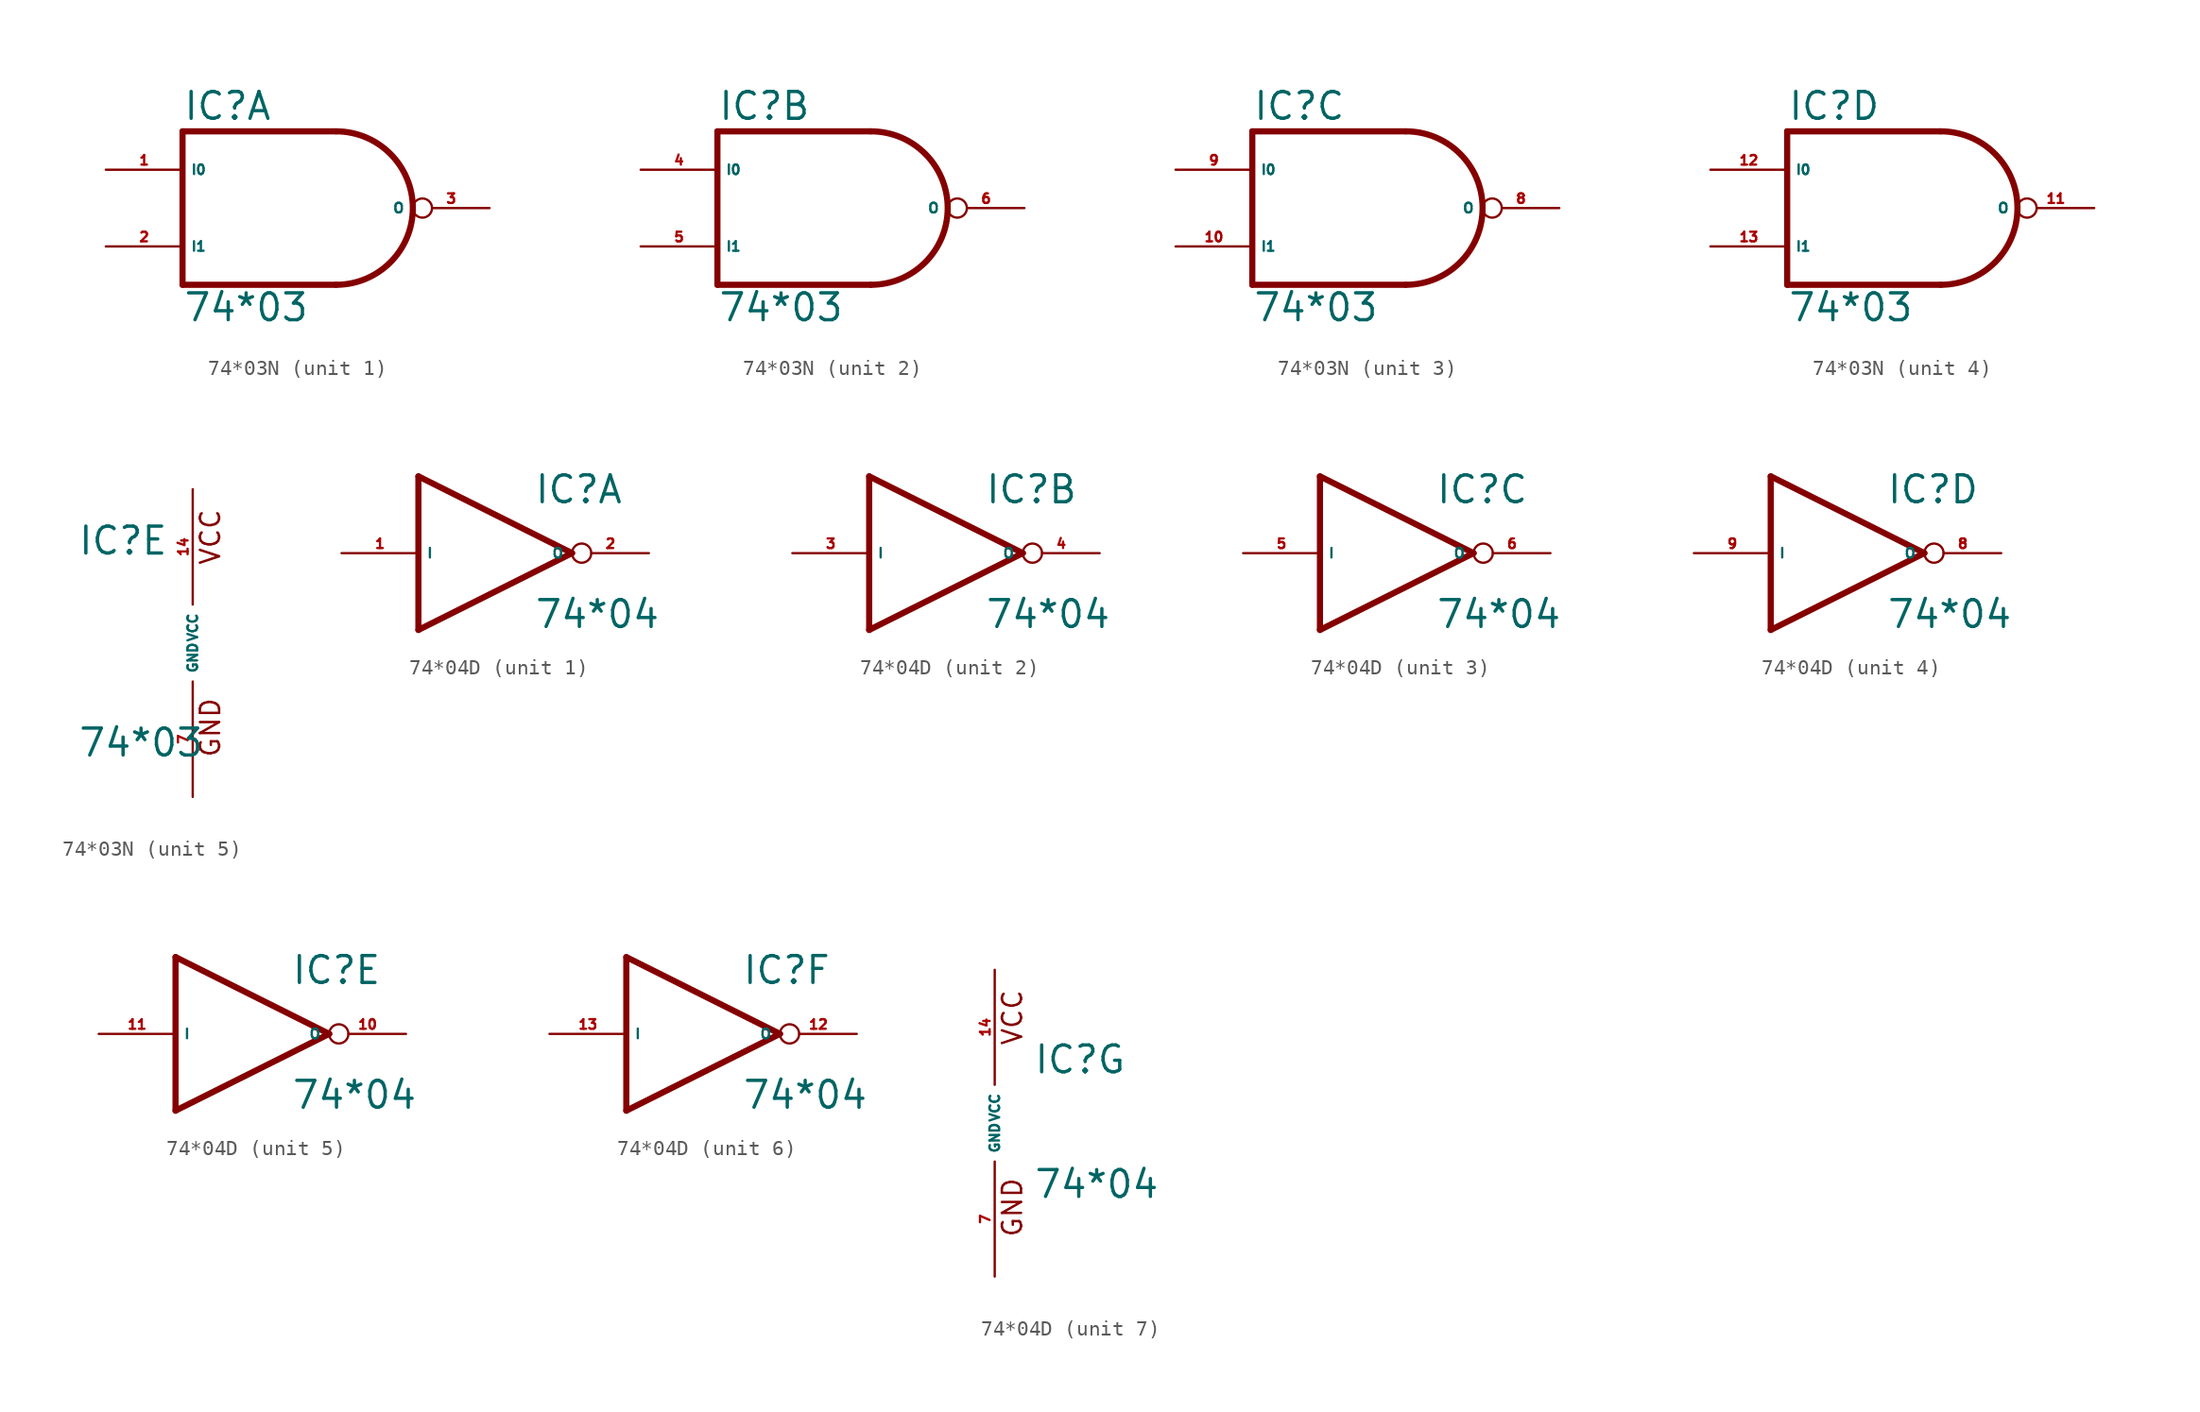
<source format=kicad_sym>
(kicad_symbol_lib
  (version 20220914)
  (generator Eagle2Kicad)
  (symbol "74*03N"
    (property "Reference" "IC"
      (at -7.62 5.715 0)
      (effects (font (size 1.778 1.778) (thickness 0.22)) (justify left bottom)))
    (property "Value" "74*03"
      (at -7.62 -7.62 0)
      (effects (font (size 1.778 1.778) (thickness 0.22)) (justify left bottom)))
    (symbol "74*03N_1_0"
      (polyline (pts (xy 2.54 5.08) (xy -7.62 5.08)) (stroke (width 0.406) (type default)) (fill (type none)))
      (polyline (pts (xy -7.62 5.08) (xy -7.62 -5.08)) (stroke (width 0.406) (type default)) (fill (type none)))
      (polyline (pts (xy -7.62 -5.08) (xy 2.54 -5.08)) (stroke (width 0.406) (type default)) (fill (type none)))
      (arc (start 2.54 -5.08) (mid 7.620 0.000) (end 2.54 5.08) (stroke (width 0.4064) (type default)) (fill (type none)))
      (pin input line (at -12.7 2.54 0) (length 5.08) (name "I0" (effects (font (size 0.635 0.635) (thickness 0.08)) (justify left bottom))) (number "1" (effects (font (size 0.635 0.635) (thickness 0.08)) (justify left bottom))))
      (pin input line (at -12.7 -2.54 0) (length 5.08) (name "I1" (effects (font (size 0.635 0.635) (thickness 0.08)) (justify left bottom))) (number "2" (effects (font (size 0.635 0.635) (thickness 0.08)) (justify left bottom))))
      (pin open_collector inverted (at 12.7 0 180) (length 5.08) (name "O" (effects (font (size 0.635 0.635) (thickness 0.08)) (justify left bottom))) (number "3" (effects (font (size 0.635 0.635) (thickness 0.08)) (justify left bottom)))))
    (symbol "74*03N_2_0"
      (polyline (pts (xy 2.54 5.08) (xy -7.62 5.08)) (stroke (width 0.406) (type default)) (fill (type none)))
      (polyline (pts (xy -7.62 5.08) (xy -7.62 -5.08)) (stroke (width 0.406) (type default)) (fill (type none)))
      (polyline (pts (xy -7.62 -5.08) (xy 2.54 -5.08)) (stroke (width 0.406) (type default)) (fill (type none)))
      (arc (start 2.54 -5.08) (mid 7.620 0.000) (end 2.54 5.08) (stroke (width 0.4064) (type default)) (fill (type none)))
      (pin input line (at -12.7 2.54 0) (length 5.08) (name "I0" (effects (font (size 0.635 0.635) (thickness 0.08)) (justify left bottom))) (number "4" (effects (font (size 0.635 0.635) (thickness 0.08)) (justify left bottom))))
      (pin input line (at -12.7 -2.54 0) (length 5.08) (name "I1" (effects (font (size 0.635 0.635) (thickness 0.08)) (justify left bottom))) (number "5" (effects (font (size 0.635 0.635) (thickness 0.08)) (justify left bottom))))
      (pin open_collector inverted (at 12.7 0 180) (length 5.08) (name "O" (effects (font (size 0.635 0.635) (thickness 0.08)) (justify left bottom))) (number "6" (effects (font (size 0.635 0.635) (thickness 0.08)) (justify left bottom)))))
    (symbol "74*03N_3_0"
      (polyline (pts (xy 2.54 5.08) (xy -7.62 5.08)) (stroke (width 0.406) (type default)) (fill (type none)))
      (polyline (pts (xy -7.62 5.08) (xy -7.62 -5.08)) (stroke (width 0.406) (type default)) (fill (type none)))
      (polyline (pts (xy -7.62 -5.08) (xy 2.54 -5.08)) (stroke (width 0.406) (type default)) (fill (type none)))
      (arc (start 2.54 -5.08) (mid 7.620 0.000) (end 2.54 5.08) (stroke (width 0.4064) (type default)) (fill (type none)))
      (pin input line (at -12.7 2.54 0) (length 5.08) (name "I0" (effects (font (size 0.635 0.635) (thickness 0.08)) (justify left bottom))) (number "9" (effects (font (size 0.635 0.635) (thickness 0.08)) (justify left bottom))))
      (pin input line (at -12.7 -2.54 0) (length 5.08) (name "I1" (effects (font (size 0.635 0.635) (thickness 0.08)) (justify left bottom))) (number "10" (effects (font (size 0.635 0.635) (thickness 0.08)) (justify left bottom))))
      (pin open_collector inverted (at 12.7 0 180) (length 5.08) (name "O" (effects (font (size 0.635 0.635) (thickness 0.08)) (justify left bottom))) (number "8" (effects (font (size 0.635 0.635) (thickness 0.08)) (justify left bottom)))))
    (symbol "74*03N_4_0"
      (polyline (pts (xy 2.54 5.08) (xy -7.62 5.08)) (stroke (width 0.406) (type default)) (fill (type none)))
      (polyline (pts (xy -7.62 5.08) (xy -7.62 -5.08)) (stroke (width 0.406) (type default)) (fill (type none)))
      (polyline (pts (xy -7.62 -5.08) (xy 2.54 -5.08)) (stroke (width 0.406) (type default)) (fill (type none)))
      (arc (start 2.54 -5.08) (mid 7.620 0.000) (end 2.54 5.08) (stroke (width 0.4064) (type default)) (fill (type none)))
      (pin input line (at -12.7 2.54 0) (length 5.08) (name "I0" (effects (font (size 0.635 0.635) (thickness 0.08)) (justify left bottom))) (number "12" (effects (font (size 0.635 0.635) (thickness 0.08)) (justify left bottom))))
      (pin input line (at -12.7 -2.54 0) (length 5.08) (name "I1" (effects (font (size 0.635 0.635) (thickness 0.08)) (justify left bottom))) (number "13" (effects (font (size 0.635 0.635) (thickness 0.08)) (justify left bottom))))
      (pin open_collector inverted (at 12.7 0 180) (length 5.08) (name "O" (effects (font (size 0.635 0.635) (thickness 0.08)) (justify left bottom))) (number "11" (effects (font (size 0.635 0.635) (thickness 0.08)) (justify left bottom)))))
    (symbol "74*03N_5_0"
      (text "GND" (at 1.905 -7.62 900) (effects (font (size 1.27 1.27) (thickness 0.16)) (justify left bottom)))
      (text "VCC" (at 1.905 5.08 900) (effects (font (size 1.27 1.27) (thickness 0.16)) (justify left bottom)))
      (pin unspecified line (at 0 -10.16 90) (length 7.62) (name "GND" (effects (font (size 0.635 0.635) (thickness 0.08)) (justify left bottom))) (number "7" (effects (font (size 0.635 0.635) (thickness 0.08)) (justify left bottom))))
      (pin unspecified line (at 0 10.16 270) (length 7.62) (name "VCC" (effects (font (size 0.635 0.635) (thickness 0.08)) (justify left bottom))) (number "14" (effects (font (size 0.635 0.635) (thickness 0.08)) (justify left bottom))))))
  (symbol "74*04D"
    (property "Reference" "IC"
      (at 2.54 3.175 0)
      (effects (font (size 1.778 1.778) (thickness 0.22)) (justify left bottom)))
    (property "Value" "74*04"
      (at 2.54 -5.08 0)
      (effects (font (size 1.778 1.778) (thickness 0.22)) (justify left bottom)))
    (symbol "74*04D_1_0"
      (polyline (pts (xy -5.08 5.08) (xy 5.08 0)) (stroke (width 0.406) (type default)) (fill (type none)))
      (polyline (pts (xy 5.08 0) (xy -5.08 -5.08)) (stroke (width 0.406) (type default)) (fill (type none)))
      (polyline (pts (xy -5.08 -5.08) (xy -5.08 5.08)) (stroke (width 0.406) (type default)) (fill (type none)))
      (pin input line (at -10.16 0 0) (length 5.08) (name "I" (effects (font (size 0.635 0.635) (thickness 0.08)) (justify left bottom))) (number "1" (effects (font (size 0.635 0.635) (thickness 0.08)) (justify left bottom))))
      (pin output inverted (at 10.16 0 180) (length 5.08) (name "O" (effects (font (size 0.635 0.635) (thickness 0.08)) (justify left bottom))) (number "2" (effects (font (size 0.635 0.635) (thickness 0.08)) (justify left bottom)))))
    (symbol "74*04D_2_0"
      (polyline (pts (xy -5.08 5.08) (xy 5.08 0)) (stroke (width 0.406) (type default)) (fill (type none)))
      (polyline (pts (xy 5.08 0) (xy -5.08 -5.08)) (stroke (width 0.406) (type default)) (fill (type none)))
      (polyline (pts (xy -5.08 -5.08) (xy -5.08 5.08)) (stroke (width 0.406) (type default)) (fill (type none)))
      (pin input line (at -10.16 0 0) (length 5.08) (name "I" (effects (font (size 0.635 0.635) (thickness 0.08)) (justify left bottom))) (number "3" (effects (font (size 0.635 0.635) (thickness 0.08)) (justify left bottom))))
      (pin output inverted (at 10.16 0 180) (length 5.08) (name "O" (effects (font (size 0.635 0.635) (thickness 0.08)) (justify left bottom))) (number "4" (effects (font (size 0.635 0.635) (thickness 0.08)) (justify left bottom)))))
    (symbol "74*04D_3_0"
      (polyline (pts (xy -5.08 5.08) (xy 5.08 0)) (stroke (width 0.406) (type default)) (fill (type none)))
      (polyline (pts (xy 5.08 0) (xy -5.08 -5.08)) (stroke (width 0.406) (type default)) (fill (type none)))
      (polyline (pts (xy -5.08 -5.08) (xy -5.08 5.08)) (stroke (width 0.406) (type default)) (fill (type none)))
      (pin input line (at -10.16 0 0) (length 5.08) (name "I" (effects (font (size 0.635 0.635) (thickness 0.08)) (justify left bottom))) (number "5" (effects (font (size 0.635 0.635) (thickness 0.08)) (justify left bottom))))
      (pin output inverted (at 10.16 0 180) (length 5.08) (name "O" (effects (font (size 0.635 0.635) (thickness 0.08)) (justify left bottom))) (number "6" (effects (font (size 0.635 0.635) (thickness 0.08)) (justify left bottom)))))
    (symbol "74*04D_4_0"
      (polyline (pts (xy -5.08 5.08) (xy 5.08 0)) (stroke (width 0.406) (type default)) (fill (type none)))
      (polyline (pts (xy 5.08 0) (xy -5.08 -5.08)) (stroke (width 0.406) (type default)) (fill (type none)))
      (polyline (pts (xy -5.08 -5.08) (xy -5.08 5.08)) (stroke (width 0.406) (type default)) (fill (type none)))
      (pin input line (at -10.16 0 0) (length 5.08) (name "I" (effects (font (size 0.635 0.635) (thickness 0.08)) (justify left bottom))) (number "9" (effects (font (size 0.635 0.635) (thickness 0.08)) (justify left bottom))))
      (pin output inverted (at 10.16 0 180) (length 5.08) (name "O" (effects (font (size 0.635 0.635) (thickness 0.08)) (justify left bottom))) (number "8" (effects (font (size 0.635 0.635) (thickness 0.08)) (justify left bottom)))))
    (symbol "74*04D_5_0"
      (polyline (pts (xy -5.08 5.08) (xy 5.08 0)) (stroke (width 0.406) (type default)) (fill (type none)))
      (polyline (pts (xy 5.08 0) (xy -5.08 -5.08)) (stroke (width 0.406) (type default)) (fill (type none)))
      (polyline (pts (xy -5.08 -5.08) (xy -5.08 5.08)) (stroke (width 0.406) (type default)) (fill (type none)))
      (pin input line (at -10.16 0 0) (length 5.08) (name "I" (effects (font (size 0.635 0.635) (thickness 0.08)) (justify left bottom))) (number "11" (effects (font (size 0.635 0.635) (thickness 0.08)) (justify left bottom))))
      (pin output inverted (at 10.16 0 180) (length 5.08) (name "O" (effects (font (size 0.635 0.635) (thickness 0.08)) (justify left bottom))) (number "10" (effects (font (size 0.635 0.635) (thickness 0.08)) (justify left bottom)))))
    (symbol "74*04D_6_0"
      (polyline (pts (xy -5.08 5.08) (xy 5.08 0)) (stroke (width 0.406) (type default)) (fill (type none)))
      (polyline (pts (xy 5.08 0) (xy -5.08 -5.08)) (stroke (width 0.406) (type default)) (fill (type none)))
      (polyline (pts (xy -5.08 -5.08) (xy -5.08 5.08)) (stroke (width 0.406) (type default)) (fill (type none)))
      (pin input line (at -10.16 0 0) (length 5.08) (name "I" (effects (font (size 0.635 0.635) (thickness 0.08)) (justify left bottom))) (number "13" (effects (font (size 0.635 0.635) (thickness 0.08)) (justify left bottom))))
      (pin output inverted (at 10.16 0 180) (length 5.08) (name "O" (effects (font (size 0.635 0.635) (thickness 0.08)) (justify left bottom))) (number "12" (effects (font (size 0.635 0.635) (thickness 0.08)) (justify left bottom)))))
    (symbol "74*04D_7_0"
      (text "GND" (at 1.905 -7.62 900) (effects (font (size 1.27 1.27) (thickness 0.16)) (justify left bottom)))
      (text "VCC" (at 1.905 5.08 900) (effects (font (size 1.27 1.27) (thickness 0.16)) (justify left bottom)))
      (pin unspecified line (at 0 -10.16 90) (length 7.62) (name "GND" (effects (font (size 0.635 0.635) (thickness 0.08)) (justify left bottom))) (number "7" (effects (font (size 0.635 0.635) (thickness 0.08)) (justify left bottom))))
      (pin unspecified line (at 0 10.16 270) (length 7.62) (name "VCC" (effects (font (size 0.635 0.635) (thickness 0.08)) (justify left bottom))) (number "14" (effects (font (size 0.635 0.635) (thickness 0.08)) (justify left bottom)))))))
</source>
